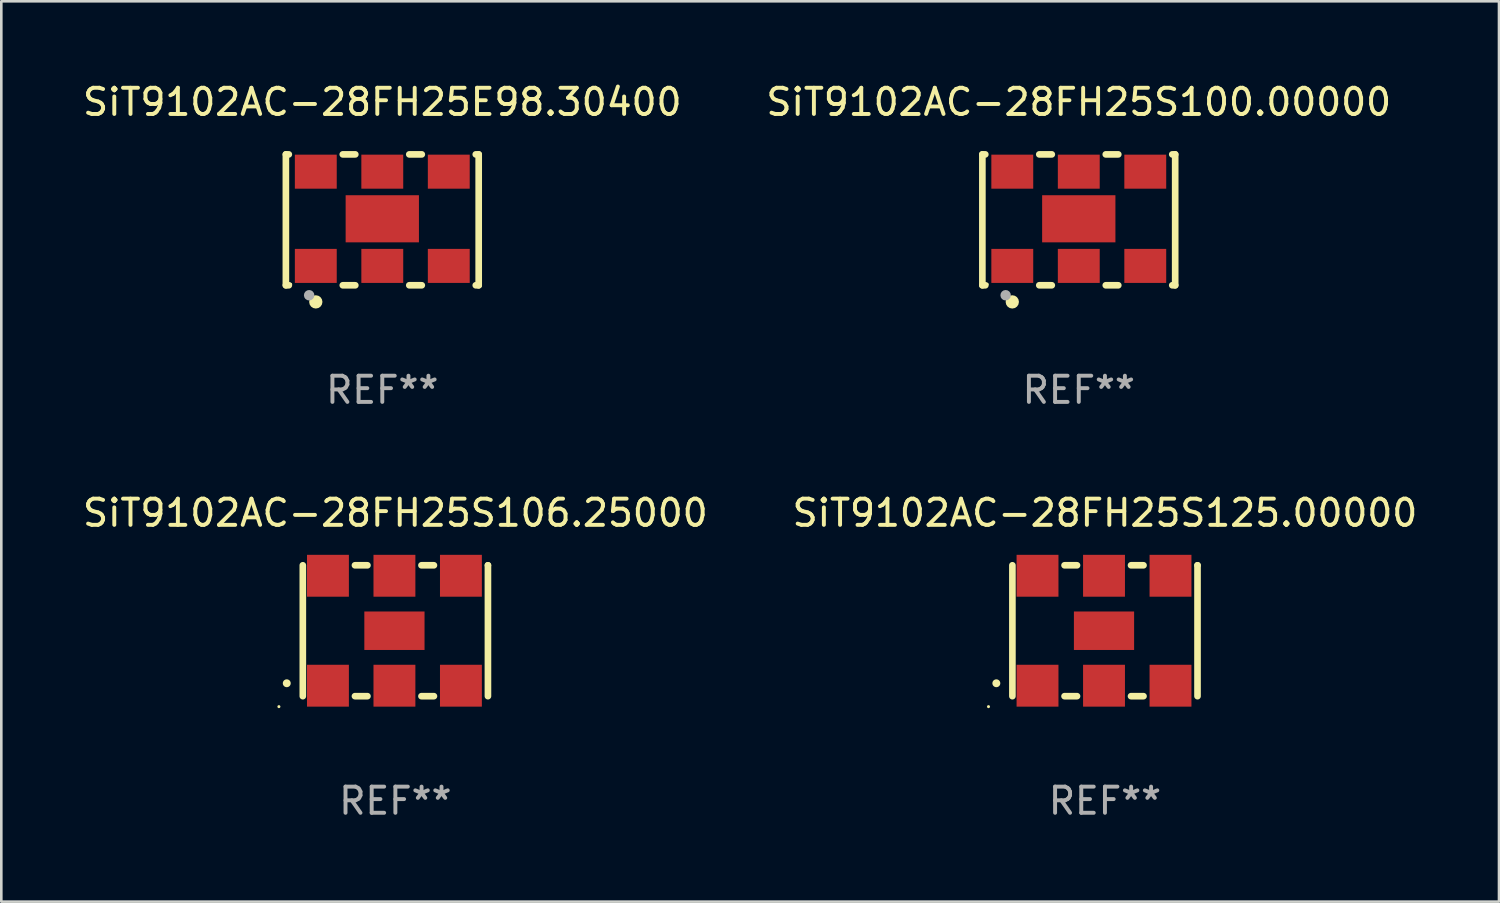
<source format=kicad_pcb>
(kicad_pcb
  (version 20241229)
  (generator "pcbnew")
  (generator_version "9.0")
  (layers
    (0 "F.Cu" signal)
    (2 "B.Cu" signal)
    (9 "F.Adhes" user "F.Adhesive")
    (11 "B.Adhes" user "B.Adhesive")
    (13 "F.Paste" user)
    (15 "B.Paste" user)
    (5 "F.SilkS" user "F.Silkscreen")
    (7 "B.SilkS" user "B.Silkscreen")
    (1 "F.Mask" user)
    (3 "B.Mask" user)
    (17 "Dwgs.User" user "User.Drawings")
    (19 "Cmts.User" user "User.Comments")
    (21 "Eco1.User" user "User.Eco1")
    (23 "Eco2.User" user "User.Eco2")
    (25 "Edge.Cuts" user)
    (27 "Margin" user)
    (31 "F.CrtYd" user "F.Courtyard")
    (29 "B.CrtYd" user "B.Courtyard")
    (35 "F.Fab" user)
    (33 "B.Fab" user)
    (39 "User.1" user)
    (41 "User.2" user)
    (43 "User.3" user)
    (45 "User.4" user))
  (footprint "SiT9102AC-28FH25S100.00000"
    (layer "F.Cu")
    (at 38.161 5.348)
    (property "Reference" "SiT9102AC-28FH25S100.00000" (at 0 -4.5 0) (layer "F.SilkS") (effects (font (size 1 1) (thickness 0.15))))
    (attr through_hole)
    (fp_line (start -3.683 -2.5) (end -3.571 -2.5) (stroke (width 0.254) (type solid)) (layer "F.SilkS"))
    (fp_line (start -3.683 2.5) (end -3.683 -2.5) (stroke (width 0.254) (type solid)) (layer "F.SilkS"))
    (fp_line (start -3.683 2.5) (end -3.571 2.5) (stroke (width 0.254) (type solid)) (layer "F.SilkS"))
    (fp_line (start -1.509 -2.5) (end -1.031 -2.5) (stroke (width 0.254) (type solid)) (layer "F.SilkS"))
    (fp_line (start -1.509 2.5) (end -1.031 2.5) (stroke (width 0.254) (type solid)) (layer "F.SilkS"))
    (fp_line (start 1.031 -2.5) (end 1.509 -2.5) (stroke (width 0.254) (type solid)) (layer "F.SilkS"))
    (fp_line (start 1.031 2.5) (end 1.509 2.5) (stroke (width 0.254) (type solid)) (layer "F.SilkS"))
    (fp_line (start 3.571 -2.5) (end 3.683 -2.5) (stroke (width 0.254) (type solid)) (layer "F.SilkS"))
    (fp_line (start 3.571 2.5) (end 3.683 2.5) (stroke (width 0.254) (type solid)) (layer "F.SilkS"))
    (fp_line (start 3.683 2.5) (end 3.683 -2.5) (stroke (width 0.254) (type solid)) (layer "F.SilkS"))
    (fp_circle (center -3.5 2.46) (end -3.47 2.46) (stroke (width 0.06) (type solid)) (fill no) (layer "F.SilkS"))
    (fp_circle (center -2.54 3.135) (end -2.413 3.135) (stroke (width 0.254) (type solid)) (fill no) (layer "F.SilkS"))
    (fp_circle (center -2.794 2.881) (end -2.694 2.881) (stroke (width 0.2) (type solid)) (fill no) (layer "F.Fab"))
    (fp_text user "REF**" (at 0 6.5 0) (layer "F.Fab") (effects (font (size 1 1) (thickness 0.15))))
    (pad "1" smd rect (at -2.54 1.76) (size 1.6 1.3) (layers "F.Cu" "F.Mask" "F.Paste"))
    (pad "2" smd rect (at 0 1.76) (size 1.6 1.3) (layers "F.Cu" "F.Mask" "F.Paste"))
    (pad "3" smd rect (at 2.54 1.76) (size 1.6 1.3) (layers "F.Cu" "F.Mask" "F.Paste"))
    (pad "4" smd rect (at 2.54 -1.84) (size 1.6 1.3) (layers "F.Cu" "F.Mask" "F.Paste"))
    (pad "5" smd rect (at 0 -1.84) (size 1.6 1.3) (layers "F.Cu" "F.Mask" "F.Paste"))
    (pad "6" smd rect (at -2.54 -1.84) (size 1.6 1.3) (layers "F.Cu" "F.Mask" "F.Paste"))
    (pad "7" smd rect (at 0 -0.04) (size 2.8 1.8) (layers "F.Cu" "F.Mask" "F.Paste")))
  (footprint "SiT9102AC-28FH25S125.00000"
    (layer "F.Cu")
    (at 39.161 21.045)
    (property "Reference" "SiT9102AC-28FH25S125.00000" (at 0 -4.5 0) (layer "F.SilkS") (effects (font (size 1 1) (thickness 0.15))))
    (attr through_hole)
    (fp_line (start -3.536 -2.5) (end -3.536 2.5) (stroke (width 0.254) (type solid)) (layer "F.SilkS"))
    (fp_line (start -1.544 2.5) (end -1.067 2.5) (stroke (width 0.254) (type solid)) (layer "F.SilkS"))
    (fp_line (start -1.067 -2.5) (end -1.544 -2.5) (stroke (width 0.254) (type solid)) (layer "F.SilkS"))
    (fp_line (start 0.996 2.5) (end 1.473 2.5) (stroke (width 0.254) (type solid)) (layer "F.SilkS"))
    (fp_line (start 1.473 -2.5) (end 0.996 -2.5) (stroke (width 0.254) (type solid)) (layer "F.SilkS"))
    (fp_line (start 3.536 -2.5) (end 3.536 -2.5) (stroke (width 0.254) (type solid)) (layer "F.SilkS"))
    (fp_line (start 3.536 2.5) (end 3.536 -2.5) (stroke (width 0.254) (type solid)) (layer "F.SilkS"))
    (fp_arc (start -4.150432 2.006604) (mid -4.149162 2.006599) (end -4.147892 2.006604) (stroke (width 0.3) (type solid)) (layer "F.SilkS"))
    (fp_circle (center -4.449 2.9) (end -4.419 2.9) (stroke (width 0.06) (type solid)) (fill no) (layer "F.SilkS"))
    (fp_text user "REF**" (at 0 6.5 0) (layer "F.Fab") (effects (font (size 1 1) (thickness 0.15))))
    (pad "1" smd rect (at -2.576 2.1) (size 1.6 1.6) (layers "F.Cu" "F.Mask" "F.Paste"))
    (pad "2" smd rect (at -0.036 2.1) (size 1.6 1.6) (layers "F.Cu" "F.Mask" "F.Paste"))
    (pad "3" smd rect (at 2.504 2.1) (size 1.6 1.6) (layers "F.Cu" "F.Mask" "F.Paste"))
    (pad "4" smd rect (at 2.504 -2.1) (size 1.6 1.6) (layers "F.Cu" "F.Mask" "F.Paste"))
    (pad "5" smd rect (at -0.036 -2.1) (size 1.6 1.6) (layers "F.Cu" "F.Mask" "F.Paste"))
    (pad "6" smd rect (at -2.576 -2.1) (size 1.6 1.6) (layers "F.Cu" "F.Mask" "F.Paste"))
    (pad "7" smd rect (at -0.036 0) (size 2.3 1.47) (layers "F.Cu" "F.Mask" "F.Paste")))
  (footprint "SiT9102AC-28FH25E98.30400"
    (layer "F.Cu")
    (at 11.554 5.348)
    (property "Reference" "SiT9102AC-28FH25E98.30400" (at 0 -4.5 0) (layer "F.SilkS") (effects (font (size 1 1) (thickness 0.15))))
    (attr through_hole)
    (fp_line (start -3.683 -2.5) (end -3.571 -2.5) (stroke (width 0.254) (type solid)) (layer "F.SilkS"))
    (fp_line (start -3.683 2.5) (end -3.683 -2.5) (stroke (width 0.254) (type solid)) (layer "F.SilkS"))
    (fp_line (start -3.683 2.5) (end -3.571 2.5) (stroke (width 0.254) (type solid)) (layer "F.SilkS"))
    (fp_line (start -1.509 -2.5) (end -1.031 -2.5) (stroke (width 0.254) (type solid)) (layer "F.SilkS"))
    (fp_line (start -1.509 2.5) (end -1.031 2.5) (stroke (width 0.254) (type solid)) (layer "F.SilkS"))
    (fp_line (start 1.031 -2.5) (end 1.509 -2.5) (stroke (width 0.254) (type solid)) (layer "F.SilkS"))
    (fp_line (start 1.031 2.5) (end 1.509 2.5) (stroke (width 0.254) (type solid)) (layer "F.SilkS"))
    (fp_line (start 3.571 -2.5) (end 3.683 -2.5) (stroke (width 0.254) (type solid)) (layer "F.SilkS"))
    (fp_line (start 3.571 2.5) (end 3.683 2.5) (stroke (width 0.254) (type solid)) (layer "F.SilkS"))
    (fp_line (start 3.683 2.5) (end 3.683 -2.5) (stroke (width 0.254) (type solid)) (layer "F.SilkS"))
    (fp_circle (center -3.5 2.46) (end -3.47 2.46) (stroke (width 0.06) (type solid)) (fill no) (layer "F.SilkS"))
    (fp_circle (center -2.54 3.135) (end -2.413 3.135) (stroke (width 0.254) (type solid)) (fill no) (layer "F.SilkS"))
    (fp_circle (center -2.794 2.881) (end -2.694 2.881) (stroke (width 0.2) (type solid)) (fill no) (layer "F.Fab"))
    (fp_text user "REF**" (at 0 6.5 0) (layer "F.Fab") (effects (font (size 1 1) (thickness 0.15))))
    (pad "1" smd rect (at -2.54 1.76) (size 1.6 1.3) (layers "F.Cu" "F.Mask" "F.Paste"))
    (pad "2" smd rect (at 0 1.76) (size 1.6 1.3) (layers "F.Cu" "F.Mask" "F.Paste"))
    (pad "3" smd rect (at 2.54 1.76) (size 1.6 1.3) (layers "F.Cu" "F.Mask" "F.Paste"))
    (pad "4" smd rect (at 2.54 -1.84) (size 1.6 1.3) (layers "F.Cu" "F.Mask" "F.Paste"))
    (pad "5" smd rect (at 0 -1.84) (size 1.6 1.3) (layers "F.Cu" "F.Mask" "F.Paste"))
    (pad "6" smd rect (at -2.54 -1.84) (size 1.6 1.3) (layers "F.Cu" "F.Mask" "F.Paste"))
    (pad "7" smd rect (at 0 -0.04) (size 2.8 1.8) (layers "F.Cu" "F.Mask" "F.Paste")))
  (footprint "SiT9102AC-28FH25S106.25000"
    (layer "F.Cu")
    (at 12.054 21.045)
    (property "Reference" "SiT9102AC-28FH25S106.25000" (at 0 -4.5 0) (layer "F.SilkS") (effects (font (size 1 1) (thickness 0.15))))
    (attr through_hole)
    (fp_line (start -3.536 -2.5) (end -3.536 2.5) (stroke (width 0.254) (type solid)) (layer "F.SilkS"))
    (fp_line (start -1.544 2.5) (end -1.067 2.5) (stroke (width 0.254) (type solid)) (layer "F.SilkS"))
    (fp_line (start -1.067 -2.5) (end -1.544 -2.5) (stroke (width 0.254) (type solid)) (layer "F.SilkS"))
    (fp_line (start 0.996 2.5) (end 1.473 2.5) (stroke (width 0.254) (type solid)) (layer "F.SilkS"))
    (fp_line (start 1.473 -2.5) (end 0.996 -2.5) (stroke (width 0.254) (type solid)) (layer "F.SilkS"))
    (fp_line (start 3.536 -2.5) (end 3.536 -2.5) (stroke (width 0.254) (type solid)) (layer "F.SilkS"))
    (fp_line (start 3.536 2.5) (end 3.536 -2.5) (stroke (width 0.254) (type solid)) (layer "F.SilkS"))
    (fp_arc (start -4.150432 2.006604) (mid -4.149162 2.006599) (end -4.147892 2.006604) (stroke (width 0.3) (type solid)) (layer "F.SilkS"))
    (fp_circle (center -4.449 2.9) (end -4.419 2.9) (stroke (width 0.06) (type solid)) (fill no) (layer "F.SilkS"))
    (fp_text user "REF**" (at 0 6.5 0) (layer "F.Fab") (effects (font (size 1 1) (thickness 0.15))))
    (pad "1" smd rect (at -2.576 2.1) (size 1.6 1.6) (layers "F.Cu" "F.Mask" "F.Paste"))
    (pad "2" smd rect (at -0.036 2.1) (size 1.6 1.6) (layers "F.Cu" "F.Mask" "F.Paste"))
    (pad "3" smd rect (at 2.504 2.1) (size 1.6 1.6) (layers "F.Cu" "F.Mask" "F.Paste"))
    (pad "4" smd rect (at 2.504 -2.1) (size 1.6 1.6) (layers "F.Cu" "F.Mask" "F.Paste"))
    (pad "5" smd rect (at -0.036 -2.1) (size 1.6 1.6) (layers "F.Cu" "F.Mask" "F.Paste"))
    (pad "6" smd rect (at -2.576 -2.1) (size 1.6 1.6) (layers "F.Cu" "F.Mask" "F.Paste"))
    (pad "7" smd rect (at -0.036 0) (size 2.3 1.47) (layers "F.Cu" "F.Mask" "F.Paste")))
  (gr_rect
    (start -3 -3)
    (end 54.214 31.393)
    (stroke (width 0.1) (type default))
    (fill no)
    (layer "Edge.Cuts")))
</source>
